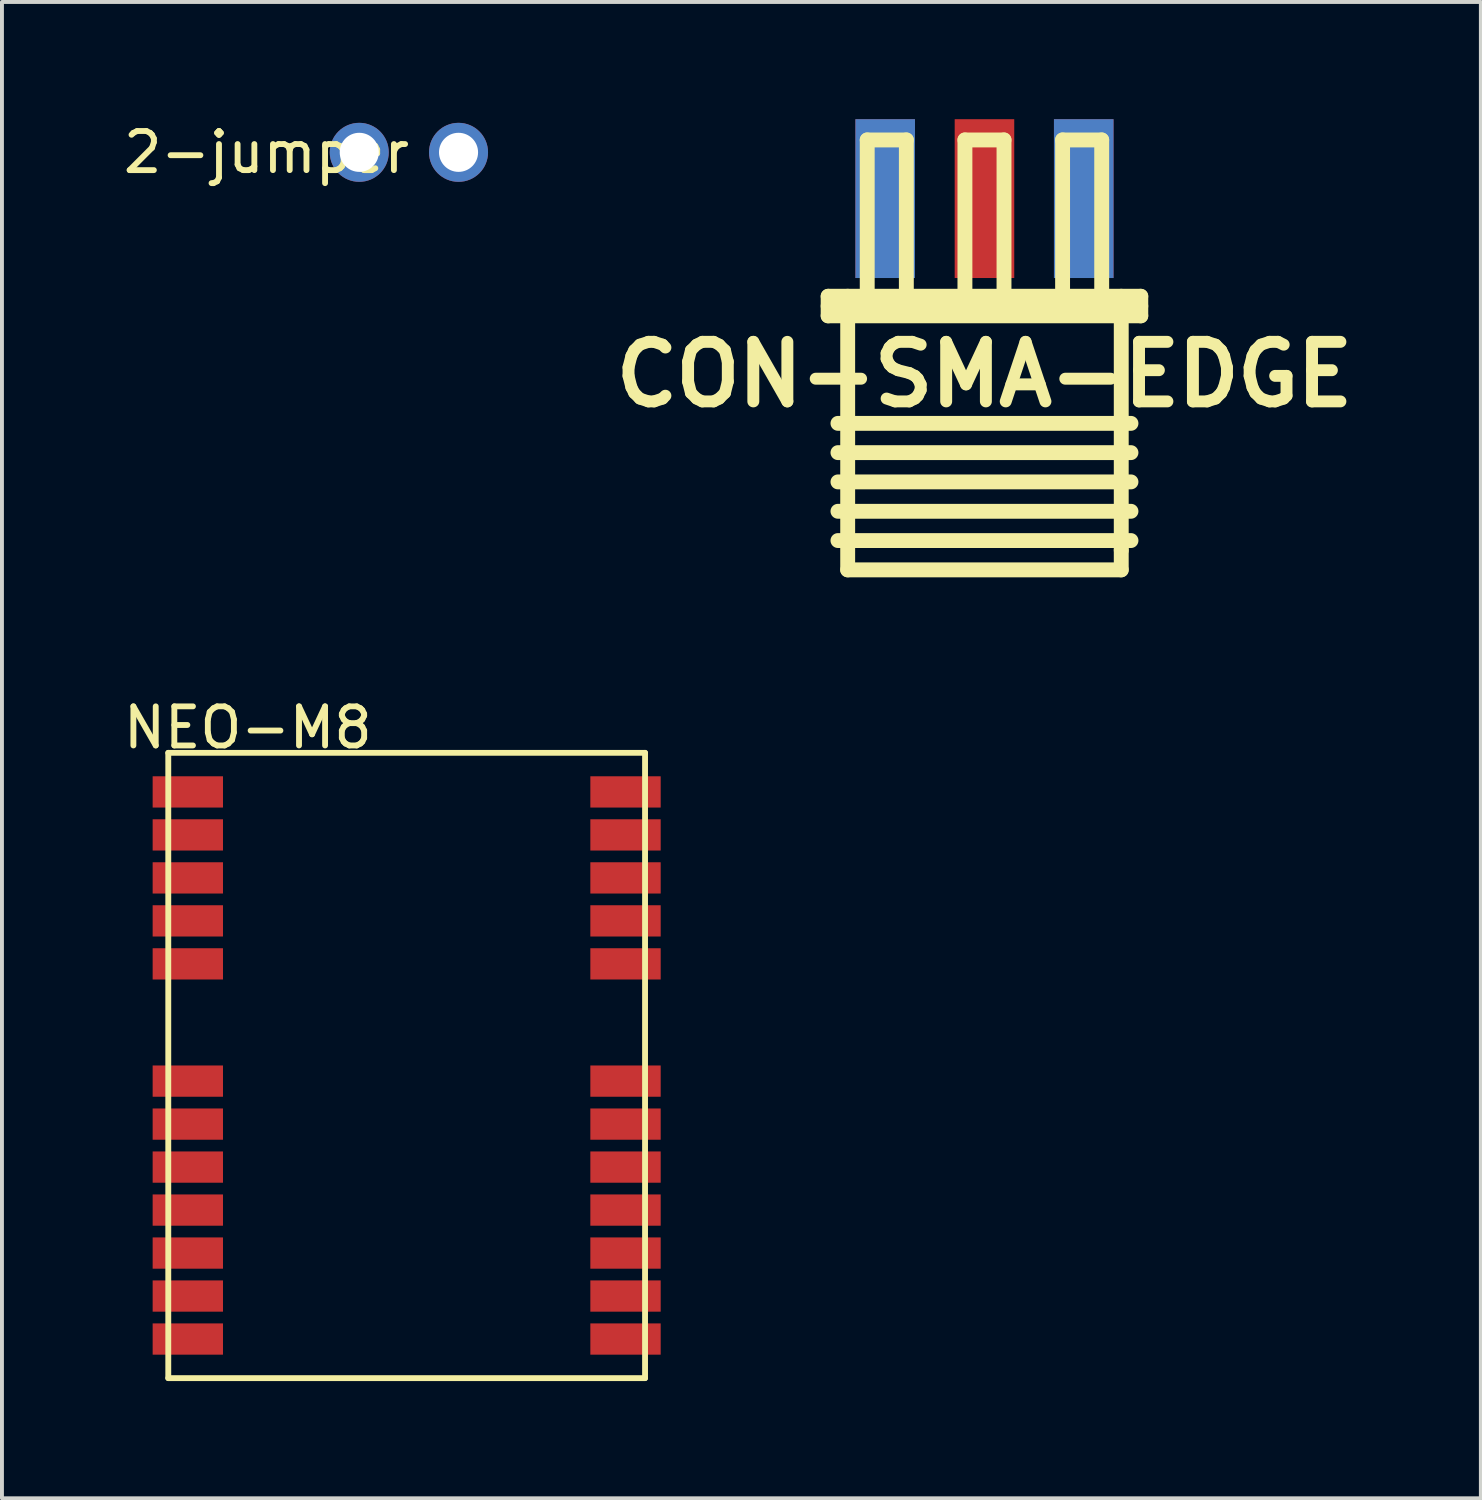
<source format=kicad_pcb>
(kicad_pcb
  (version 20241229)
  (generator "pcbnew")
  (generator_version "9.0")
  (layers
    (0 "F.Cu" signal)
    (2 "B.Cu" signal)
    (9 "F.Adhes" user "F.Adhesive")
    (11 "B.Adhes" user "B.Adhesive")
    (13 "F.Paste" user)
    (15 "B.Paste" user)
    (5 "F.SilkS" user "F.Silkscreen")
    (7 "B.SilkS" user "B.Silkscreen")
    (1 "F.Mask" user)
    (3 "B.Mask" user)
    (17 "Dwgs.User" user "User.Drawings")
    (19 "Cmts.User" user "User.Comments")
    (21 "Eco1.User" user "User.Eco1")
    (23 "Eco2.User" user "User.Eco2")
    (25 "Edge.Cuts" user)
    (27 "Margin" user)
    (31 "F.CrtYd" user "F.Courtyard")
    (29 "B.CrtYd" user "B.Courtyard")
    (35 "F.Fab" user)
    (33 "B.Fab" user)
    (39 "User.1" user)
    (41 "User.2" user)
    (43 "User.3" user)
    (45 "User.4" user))
  (footprint "NEO-M8"
    (layer "F.Cu")
    (at 7.356 24.214)
    (property "Reference" "NEO-M8" (at -4.064 -8.644 0) (layer "F.SilkS") (effects (font (size 1 1) (thickness 0.15))))
    (attr through_hole)
    (fp_line (start -6.1 -8) (end 6.1 -8) (stroke (width 0.15) (type solid)) (layer "F.SilkS"))
    (fp_line (start -6.1 8) (end -6.1 -8) (stroke (width 0.15) (type solid)) (layer "F.SilkS"))
    (fp_line (start -6.1 8) (end 6.1 8) (stroke (width 0.15) (type solid)) (layer "F.SilkS"))
    (fp_line (start 6.1 8) (end 6.1 -8) (stroke (width 0.15) (type solid)) (layer "F.SilkS"))
    (pad "1" smd rect (at 5.6 7) (size 1.8 0.8) (layers "F.Cu" "F.Mask" "F.Paste"))
    (pad "2" smd rect (at 5.6 5.9) (size 1.8 0.8) (layers "F.Cu" "F.Mask" "F.Paste"))
    (pad "3" smd rect (at 5.6 4.8) (size 1.8 0.8) (layers "F.Cu" "F.Mask" "F.Paste"))
    (pad "4" smd rect (at 5.6 3.7) (size 1.8 0.8) (layers "F.Cu" "F.Mask" "F.Paste"))
    (pad "5" smd rect (at 5.6 2.6) (size 1.8 0.8) (layers "F.Cu" "F.Mask" "F.Paste"))
    (pad "6" smd rect (at 5.6 1.5) (size 1.8 0.8) (layers "F.Cu" "F.Mask" "F.Paste"))
    (pad "7" smd rect (at 5.6 0.4) (size 1.8 0.8) (layers "F.Cu" "F.Mask" "F.Paste"))
    (pad "8" smd rect (at 5.6 -2.6) (size 1.8 0.8) (layers "F.Cu" "F.Mask" "F.Paste"))
    (pad "9" smd rect (at 5.6 -3.7) (size 1.8 0.8) (layers "F.Cu" "F.Mask" "F.Paste"))
    (pad "10" smd rect (at 5.6 -4.8) (size 1.8 0.8) (layers "F.Cu" "F.Mask" "F.Paste"))
    (pad "11" smd rect (at 5.6 -5.9) (size 1.8 0.8) (layers "F.Cu" "F.Mask" "F.Paste"))
    (pad "12" smd rect (at 5.6 -7) (size 1.8 0.8) (layers "F.Cu" "F.Mask" "F.Paste"))
    (pad "13" smd rect (at -5.6 -7) (size 1.8 0.8) (layers "F.Cu" "F.Mask" "F.Paste"))
    (pad "14" smd rect (at -5.6 -5.9) (size 1.8 0.8) (layers "F.Cu" "F.Mask" "F.Paste"))
    (pad "15" smd rect (at -5.6 -4.8) (size 1.8 0.8) (layers "F.Cu" "F.Mask" "F.Paste"))
    (pad "16" smd rect (at -5.6 -3.7) (size 1.8 0.8) (layers "F.Cu" "F.Mask" "F.Paste"))
    (pad "17" smd rect (at -5.6 -2.6) (size 1.8 0.8) (layers "F.Cu" "F.Mask" "F.Paste"))
    (pad "18" smd rect (at -5.6 0.4) (size 1.8 0.8) (layers "F.Cu" "F.Mask" "F.Paste"))
    (pad "19" smd rect (at -5.6 1.5) (size 1.8 0.8) (layers "F.Cu" "F.Mask" "F.Paste"))
    (pad "20" smd rect (at -5.6 2.6) (size 1.8 0.8) (layers "F.Cu" "F.Mask" "F.Paste"))
    (pad "21" smd rect (at -5.6 3.7) (size 1.8 0.8) (layers "F.Cu" "F.Mask" "F.Paste"))
    (pad "22" smd rect (at -5.6 4.8) (size 1.8 0.8) (layers "F.Cu" "F.Mask" "F.Paste"))
    (pad "23" smd rect (at -5.6 5.9) (size 1.8 0.8) (layers "F.Cu" "F.Mask" "F.Paste"))
    (pad "24" smd rect (at -5.6 7) (size 1.8 0.8) (layers "F.Cu" "F.Mask" "F.Paste")))
  (footprint "2-jumper"
    (layer "F.Cu")
    (at 6.143 0.848)
    (property "Reference" "2-jumper" (at -2.375 0 0) (layer "F.SilkS") (effects (font (size 1 1) (thickness 0.15))))
    (attr through_hole)
    (pad "1" thru_hole circle (at 0 0) (size 1.51 1.51) (drill 1) (layers "*.Cu" "*.Mask"))
    (pad "2" thru_hole circle (at 2.54 0) (size 1.51 1.51) (drill 1) (layers "*.Cu" "*.Mask")))
  (footprint "CON-SMA-EDGE"
    (layer "F.Cu")
    (at 22.141 2.032)
    (property "Reference" "CON-SMA-EDGE" (at 0 4.5 0) (layer "F.SilkS") (effects (font (size 1.524 1.524) (thickness 0.305))))
    (attr through_hole)
    (fp_line (start -4 2.499) (end 4 2.499) (stroke (width 0.381) (type solid)) (layer "F.SilkS"))
    (fp_line (start -4 3) (end -4 2.499) (stroke (width 0.381) (type solid)) (layer "F.SilkS"))
    (fp_line (start -4 3) (end 4 3) (stroke (width 0.381) (type solid)) (layer "F.SilkS"))
    (fp_line (start -3.749 5.751) (end 3.749 5.751) (stroke (width 0.381) (type solid)) (layer "F.SilkS"))
    (fp_line (start -3.749 8.001) (end 3.749 8.001) (stroke (width 0.381) (type solid)) (layer "F.SilkS"))
    (fp_line (start -3.5 9.5) (end -3.5 2.499) (stroke (width 0.381) (type solid)) (layer "F.SilkS"))
    (fp_line (start -3.5 9.5) (end 3.5 9.5) (stroke (width 0.381) (type solid)) (layer "F.SilkS"))
    (fp_line (start -3 -1.501) (end -1.999 -1.501) (stroke (width 0.381) (type solid)) (layer "F.SilkS"))
    (fp_line (start -3 2.499) (end -3 -1.501) (stroke (width 0.381) (type solid)) (layer "F.SilkS"))
    (fp_line (start -1.999 -1.501) (end -1.999 2.499) (stroke (width 0.381) (type solid)) (layer "F.SilkS"))
    (fp_line (start -0.5 -1.501) (end 0.5 -1.501) (stroke (width 0.381) (type solid)) (layer "F.SilkS"))
    (fp_line (start -0.5 2.499) (end -0.5 -1.501) (stroke (width 0.381) (type solid)) (layer "F.SilkS"))
    (fp_line (start 0.5 -1.501) (end 0.5 2.499) (stroke (width 0.381) (type solid)) (layer "F.SilkS"))
    (fp_line (start 1.999 -1.501) (end 3 -1.501) (stroke (width 0.381) (type solid)) (layer "F.SilkS"))
    (fp_line (start 1.999 2.499) (end 1.999 -1.501) (stroke (width 0.381) (type solid)) (layer "F.SilkS"))
    (fp_line (start 3 -1.501) (end 3 2.499) (stroke (width 0.381) (type solid)) (layer "F.SilkS"))
    (fp_line (start 3.5 2.499) (end 3.5 8.999) (stroke (width 0.381) (type solid)) (layer "F.SilkS"))
    (fp_line (start 3.5 9.5) (end 3.5 8.999) (stroke (width 0.381) (type solid)) (layer "F.SilkS"))
    (fp_line (start 3.749 6.5) (end -3.749 6.5) (stroke (width 0.381) (type solid)) (layer "F.SilkS"))
    (fp_line (start 3.749 7.249) (end -3.749 7.249) (stroke (width 0.381) (type solid)) (layer "F.SilkS"))
    (fp_line (start 3.749 8.75) (end -3.749 8.75) (stroke (width 0.381) (type solid)) (layer "F.SilkS"))
    (fp_line (start 4 2.751) (end -4 2.751) (stroke (width 0.381) (type solid)) (layer "F.SilkS"))
    (fp_line (start 4 3) (end 4 2.499) (stroke (width 0.381) (type solid)) (layer "F.SilkS"))
    (pad "1" smd rect (at 0 0) (size 1.524 4.064) (layers "F.Cu" "F.Mask" "F.Paste"))
    (pad "2" smd rect (at -2.54 0) (size 1.524 4.064) (layers "F.Cu" "F.Mask" "F.Paste"))
    (pad "2" smd rect (at -2.54 0) (size 1.524 4.064) (layers "B.Cu" "B.Mask" "B.Paste"))
    (pad "2" smd rect (at 2.54 0) (size 1.524 4.064) (layers "F.Cu" "F.Mask" "F.Paste"))
    (pad "2" smd rect (at 2.54 0) (size 1.524 4.064) (layers "B.Cu" "B.Mask" "B.Paste")))
  (gr_rect
    (start -3 -3)
    (end 34.843 35.289)
    (stroke (width 0.1) (type default))
    (fill no)
    (layer "Edge.Cuts")))
</source>
